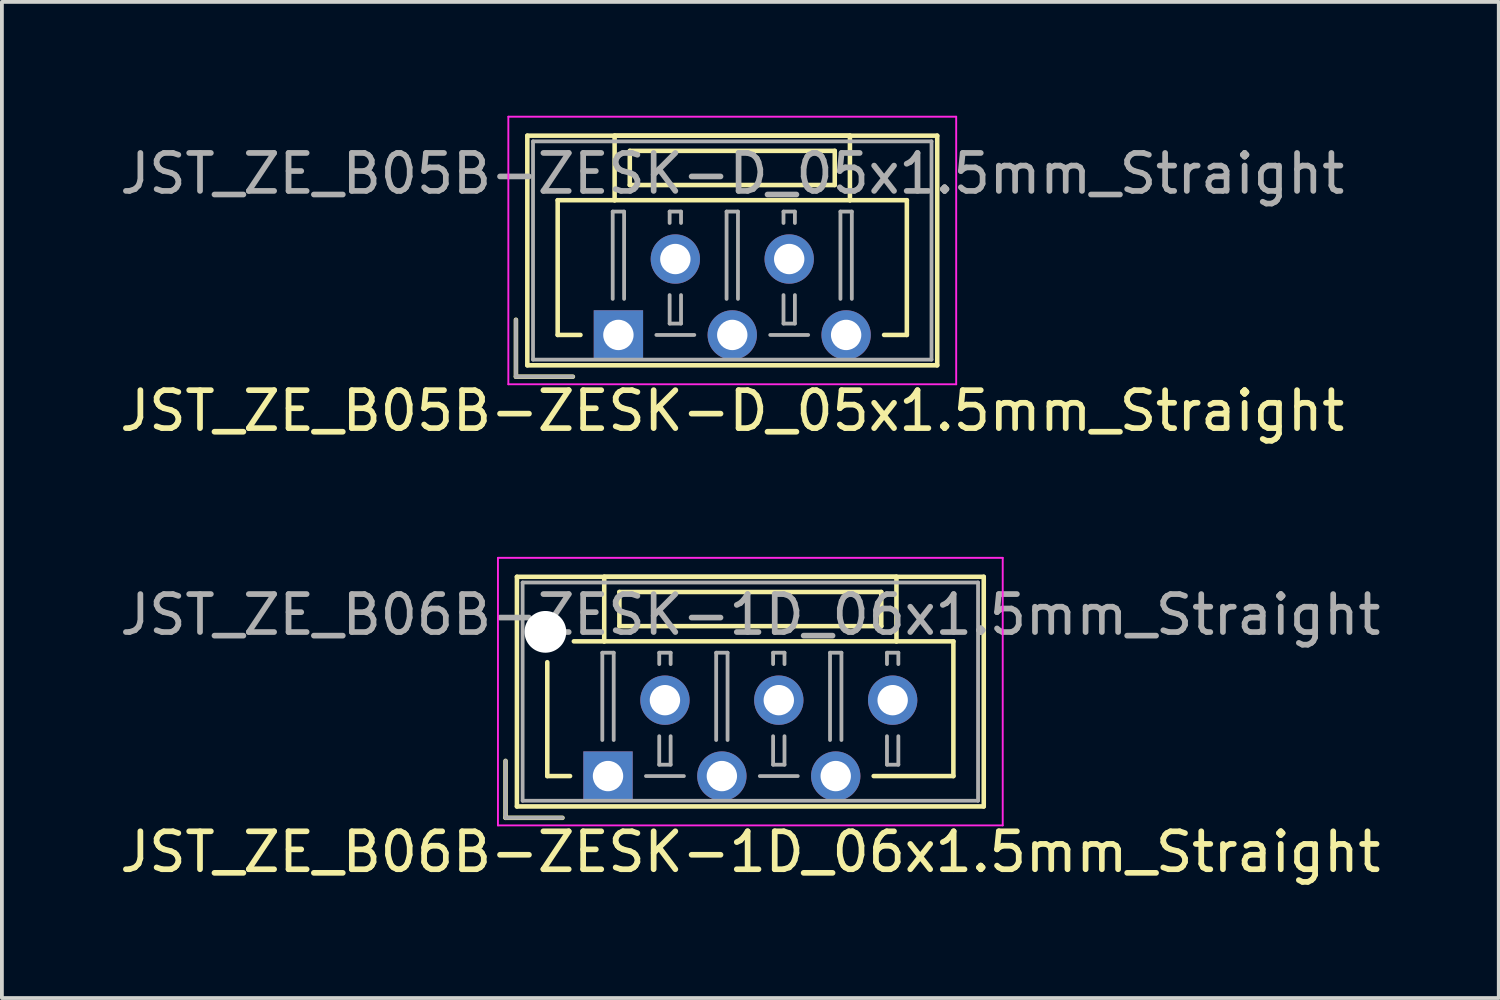
<source format=kicad_pcb>
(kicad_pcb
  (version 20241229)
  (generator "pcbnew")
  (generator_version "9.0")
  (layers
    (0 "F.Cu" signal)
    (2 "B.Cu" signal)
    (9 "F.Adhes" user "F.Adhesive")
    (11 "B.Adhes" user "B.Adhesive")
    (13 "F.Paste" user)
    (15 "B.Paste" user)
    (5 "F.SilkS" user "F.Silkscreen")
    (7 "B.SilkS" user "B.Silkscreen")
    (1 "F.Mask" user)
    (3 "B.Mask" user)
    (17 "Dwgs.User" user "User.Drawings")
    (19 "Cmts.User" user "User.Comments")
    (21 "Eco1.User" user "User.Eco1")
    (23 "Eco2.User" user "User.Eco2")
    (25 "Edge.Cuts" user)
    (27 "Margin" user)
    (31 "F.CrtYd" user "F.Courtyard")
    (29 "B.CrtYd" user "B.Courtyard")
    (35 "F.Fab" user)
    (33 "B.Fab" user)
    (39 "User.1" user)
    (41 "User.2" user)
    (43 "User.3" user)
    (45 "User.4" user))
  (footprint "JST_ZE_B06B-ZESK-1D_06x1.5mm_Straight"
    (layer "F.Cu")
    (at 12.97 17.398)
    (property "Reference" "JST_ZE_B06B-ZESK-1D_06x1.5mm_Straight" (at 3.75 2 0) (layer "F.SilkS") (effects (font (size 1 1) (thickness 0.15))))
    (attr through_hole)
    (fp_line (start -2.7 -0.4) (end -2.7 1.1) (stroke (width 0.12) (type solid)) (layer "F.SilkS"))
    (fp_line (start -2.7 1.1) (end -1.2 1.1) (stroke (width 0.12) (type solid)) (layer "F.SilkS"))
    (fp_line (start -2.4 -5.25) (end -2.4 0.8) (stroke (width 0.12) (type solid)) (layer "F.SilkS"))
    (fp_line (start -2.4 0.8) (end 9.9 0.8) (stroke (width 0.12) (type solid)) (layer "F.SilkS"))
    (fp_line (start -1.6 -3) (end -1.6 0) (stroke (width 0.12) (type solid)) (layer "F.SilkS"))
    (fp_line (start -1.6 0) (end -1 0) (stroke (width 0.12) (type solid)) (layer "F.SilkS"))
    (fp_line (start -0.1 -5.25) (end -0.1 -3.55) (stroke (width 0.12) (type solid)) (layer "F.SilkS"))
    (fp_line (start -0.1 -3.55) (end -0.9 -3.55) (stroke (width 0.12) (type solid)) (layer "F.SilkS"))
    (fp_line (start -0.1 -3.55) (end 7.6 -3.55) (stroke (width 0.12) (type solid)) (layer "F.SilkS"))
    (fp_line (start 0.3 -4.85) (end 0.3 -3.95) (stroke (width 0.12) (type solid)) (layer "F.SilkS"))
    (fp_line (start 0.3 -3.95) (end 7.2 -3.95) (stroke (width 0.12) (type solid)) (layer "F.SilkS"))
    (fp_line (start 7.2 -4.85) (end 0.3 -4.85) (stroke (width 0.12) (type solid)) (layer "F.SilkS"))
    (fp_line (start 7.2 -3.95) (end 7.2 -4.85) (stroke (width 0.12) (type solid)) (layer "F.SilkS"))
    (fp_line (start 7.6 -5.25) (end -0.1 -5.25) (stroke (width 0.12) (type solid)) (layer "F.SilkS"))
    (fp_line (start 7.6 -3.55) (end 7.6 -5.25) (stroke (width 0.12) (type solid)) (layer "F.SilkS"))
    (fp_line (start 7.6 -3.55) (end 9.1 -3.55) (stroke (width 0.12) (type solid)) (layer "F.SilkS"))
    (fp_line (start 9.1 -3.55) (end 9.1 0) (stroke (width 0.12) (type solid)) (layer "F.SilkS"))
    (fp_line (start 9.1 0) (end 7 0) (stroke (width 0.12) (type solid)) (layer "F.SilkS"))
    (fp_line (start 9.9 -5.25) (end -2.4 -5.25) (stroke (width 0.12) (type solid)) (layer "F.SilkS"))
    (fp_line (start 9.9 0.8) (end 9.9 -5.25) (stroke (width 0.12) (type solid)) (layer "F.SilkS"))
    (fp_line (start -2.9 -5.75) (end -2.9 1.3) (stroke (width 0.05) (type solid)) (layer "F.CrtYd"))
    (fp_line (start -2.9 1.3) (end 10.4 1.3) (stroke (width 0.05) (type solid)) (layer "F.CrtYd"))
    (fp_line (start 10.4 -5.75) (end -2.9 -5.75) (stroke (width 0.05) (type solid)) (layer "F.CrtYd"))
    (fp_line (start 10.4 1.3) (end 10.4 -5.75) (stroke (width 0.05) (type solid)) (layer "F.CrtYd"))
    (fp_line (start -2.7 -0.4) (end -2.7 1.1) (stroke (width 0.1) (type solid)) (layer "F.Fab"))
    (fp_line (start -2.7 1.1) (end -1.2 1.1) (stroke (width 0.1) (type solid)) (layer "F.Fab"))
    (fp_line (start -2.25 -5.1) (end -2.25 0.65) (stroke (width 0.1) (type solid)) (layer "F.Fab"))
    (fp_line (start -2.25 0.65) (end 9.75 0.65) (stroke (width 0.1) (type solid)) (layer "F.Fab"))
    (fp_line (start -0.15 -3.25) (end 0.15 -3.25) (stroke (width 0.1) (type solid)) (layer "F.Fab"))
    (fp_line (start -0.15 -0.95) (end -0.15 -3.25) (stroke (width 0.1) (type solid)) (layer "F.Fab"))
    (fp_line (start 0.15 -3.25) (end 0.15 -0.95) (stroke (width 0.1) (type solid)) (layer "F.Fab"))
    (fp_line (start 1 0) (end 2 0) (stroke (width 0.1) (type solid)) (layer "F.Fab"))
    (fp_line (start 1.35 -3.25) (end 1.65 -3.25) (stroke (width 0.1) (type solid)) (layer "F.Fab"))
    (fp_line (start 1.35 -2.95) (end 1.35 -3.25) (stroke (width 0.1) (type solid)) (layer "F.Fab"))
    (fp_line (start 1.35 -1.05) (end 1.35 -0.3) (stroke (width 0.1) (type solid)) (layer "F.Fab"))
    (fp_line (start 1.35 -0.3) (end 1.65 -0.3) (stroke (width 0.1) (type solid)) (layer "F.Fab"))
    (fp_line (start 1.65 -3.25) (end 1.65 -2.95) (stroke (width 0.1) (type solid)) (layer "F.Fab"))
    (fp_line (start 1.65 -0.3) (end 1.65 -1.05) (stroke (width 0.1) (type solid)) (layer "F.Fab"))
    (fp_line (start 2.85 -3.25) (end 3.15 -3.25) (stroke (width 0.1) (type solid)) (layer "F.Fab"))
    (fp_line (start 2.85 -0.95) (end 2.85 -3.25) (stroke (width 0.1) (type solid)) (layer "F.Fab"))
    (fp_line (start 3.15 -3.25) (end 3.15 -0.95) (stroke (width 0.1) (type solid)) (layer "F.Fab"))
    (fp_line (start 4 0) (end 5 0) (stroke (width 0.1) (type solid)) (layer "F.Fab"))
    (fp_line (start 4.35 -3.25) (end 4.65 -3.25) (stroke (width 0.1) (type solid)) (layer "F.Fab"))
    (fp_line (start 4.35 -2.95) (end 4.35 -3.25) (stroke (width 0.1) (type solid)) (layer "F.Fab"))
    (fp_line (start 4.35 -1.05) (end 4.35 -0.3) (stroke (width 0.1) (type solid)) (layer "F.Fab"))
    (fp_line (start 4.35 -0.3) (end 4.65 -0.3) (stroke (width 0.1) (type solid)) (layer "F.Fab"))
    (fp_line (start 4.65 -3.25) (end 4.65 -2.95) (stroke (width 0.1) (type solid)) (layer "F.Fab"))
    (fp_line (start 4.65 -0.3) (end 4.65 -1.05) (stroke (width 0.1) (type solid)) (layer "F.Fab"))
    (fp_line (start 5.85 -3.25) (end 6.15 -3.25) (stroke (width 0.1) (type solid)) (layer "F.Fab"))
    (fp_line (start 5.85 -0.95) (end 5.85 -3.25) (stroke (width 0.1) (type solid)) (layer "F.Fab"))
    (fp_line (start 6.15 -3.25) (end 6.15 -0.95) (stroke (width 0.1) (type solid)) (layer "F.Fab"))
    (fp_line (start 7.35 -3.25) (end 7.65 -3.25) (stroke (width 0.1) (type solid)) (layer "F.Fab"))
    (fp_line (start 7.35 -2.95) (end 7.35 -3.25) (stroke (width 0.1) (type solid)) (layer "F.Fab"))
    (fp_line (start 7.35 -1.05) (end 7.35 -0.3) (stroke (width 0.1) (type solid)) (layer "F.Fab"))
    (fp_line (start 7.35 -0.3) (end 7.65 -0.3) (stroke (width 0.1) (type solid)) (layer "F.Fab"))
    (fp_line (start 7.65 -3.25) (end 7.65 -2.95) (stroke (width 0.1) (type solid)) (layer "F.Fab"))
    (fp_line (start 7.65 -0.3) (end 7.65 -1.05) (stroke (width 0.1) (type solid)) (layer "F.Fab"))
    (fp_line (start 9.75 -5.1) (end -2.25 -5.1) (stroke (width 0.1) (type solid)) (layer "F.Fab"))
    (fp_line (start 9.75 0.65) (end 9.75 -5.1) (stroke (width 0.1) (type solid)) (layer "F.Fab"))
    (fp_text user "${REFERENCE}" (at 3.75 -4.25 0) (layer "F.Fab") (effects (font (size 1 1) (thickness 0.15))))
    (pad "" np_thru_hole circle (at -1.65 -3.8) (size 1.1 1.1) (drill 1.1) (layers "*.Cu"))
    (pad "1" thru_hole rect (at 0 0) (size 1.3 1.3) (drill 0.8) (layers "*.Cu" "*.Mask"))
    (pad "2" thru_hole circle (at 1.5 -2) (size 1.3 1.3) (drill 0.8) (layers "*.Cu" "*.Mask"))
    (pad "3" thru_hole circle (at 3 0) (size 1.3 1.3) (drill 0.8) (layers "*.Cu" "*.Mask"))
    (pad "4" thru_hole circle (at 4.5 -2) (size 1.3 1.3) (drill 0.8) (layers "*.Cu" "*.Mask"))
    (pad "5" thru_hole circle (at 6 0) (size 1.3 1.3) (drill 0.8) (layers "*.Cu" "*.Mask"))
    (pad "6" thru_hole circle (at 7.5 -2) (size 1.3 1.3) (drill 0.8) (layers "*.Cu" "*.Mask")))
  (footprint "JST_ZE_B05B-ZESK-D_05x1.5mm_Straight"
    (layer "F.Cu")
    (at 13.244 5.775)
    (property "Reference" "JST_ZE_B05B-ZESK-D_05x1.5mm_Straight" (at 3 2 0) (layer "F.SilkS") (effects (font (size 1 1) (thickness 0.15))))
    (attr through_hole)
    (fp_line (start -2.7 -0.4) (end -2.7 1.1) (stroke (width 0.12) (type solid)) (layer "F.SilkS"))
    (fp_line (start -2.7 1.1) (end -1.2 1.1) (stroke (width 0.12) (type solid)) (layer "F.SilkS"))
    (fp_line (start -2.4 -5.25) (end -2.4 0.8) (stroke (width 0.12) (type solid)) (layer "F.SilkS"))
    (fp_line (start -2.4 0.8) (end 8.4 0.8) (stroke (width 0.12) (type solid)) (layer "F.SilkS"))
    (fp_line (start -1.6 -3.55) (end -1.6 0) (stroke (width 0.12) (type solid)) (layer "F.SilkS"))
    (fp_line (start -1.6 0) (end -1 0) (stroke (width 0.12) (type solid)) (layer "F.SilkS"))
    (fp_line (start -0.1 -5.25) (end -0.1 -3.55) (stroke (width 0.12) (type solid)) (layer "F.SilkS"))
    (fp_line (start -0.1 -3.55) (end -1.6 -3.55) (stroke (width 0.12) (type solid)) (layer "F.SilkS"))
    (fp_line (start -0.1 -3.55) (end 6.1 -3.55) (stroke (width 0.12) (type solid)) (layer "F.SilkS"))
    (fp_line (start 0.3 -4.85) (end 0.3 -3.95) (stroke (width 0.12) (type solid)) (layer "F.SilkS"))
    (fp_line (start 0.3 -3.95) (end 5.7 -3.95) (stroke (width 0.12) (type solid)) (layer "F.SilkS"))
    (fp_line (start 5.7 -4.85) (end 0.3 -4.85) (stroke (width 0.12) (type solid)) (layer "F.SilkS"))
    (fp_line (start 5.7 -3.95) (end 5.7 -4.85) (stroke (width 0.12) (type solid)) (layer "F.SilkS"))
    (fp_line (start 6.1 -5.25) (end -0.1 -5.25) (stroke (width 0.12) (type solid)) (layer "F.SilkS"))
    (fp_line (start 6.1 -3.55) (end 6.1 -5.25) (stroke (width 0.12) (type solid)) (layer "F.SilkS"))
    (fp_line (start 6.1 -3.55) (end 7.6 -3.55) (stroke (width 0.12) (type solid)) (layer "F.SilkS"))
    (fp_line (start 7.6 -3.55) (end 7.6 0) (stroke (width 0.12) (type solid)) (layer "F.SilkS"))
    (fp_line (start 7.6 0) (end 7 0) (stroke (width 0.12) (type solid)) (layer "F.SilkS"))
    (fp_line (start 8.4 -5.25) (end -2.4 -5.25) (stroke (width 0.12) (type solid)) (layer "F.SilkS"))
    (fp_line (start 8.4 0.8) (end 8.4 -5.25) (stroke (width 0.12) (type solid)) (layer "F.SilkS"))
    (fp_line (start -2.9 -5.75) (end -2.9 1.3) (stroke (width 0.05) (type solid)) (layer "F.CrtYd"))
    (fp_line (start -2.9 1.3) (end 8.9 1.3) (stroke (width 0.05) (type solid)) (layer "F.CrtYd"))
    (fp_line (start 8.9 -5.75) (end -2.9 -5.75) (stroke (width 0.05) (type solid)) (layer "F.CrtYd"))
    (fp_line (start 8.9 1.3) (end 8.9 -5.75) (stroke (width 0.05) (type solid)) (layer "F.CrtYd"))
    (fp_line (start -2.7 -0.4) (end -2.7 1.1) (stroke (width 0.1) (type solid)) (layer "F.Fab"))
    (fp_line (start -2.7 1.1) (end -1.2 1.1) (stroke (width 0.1) (type solid)) (layer "F.Fab"))
    (fp_line (start -2.25 -5.1) (end -2.25 0.65) (stroke (width 0.1) (type solid)) (layer "F.Fab"))
    (fp_line (start -2.25 0.65) (end 8.25 0.65) (stroke (width 0.1) (type solid)) (layer "F.Fab"))
    (fp_line (start -0.15 -3.25) (end 0.15 -3.25) (stroke (width 0.1) (type solid)) (layer "F.Fab"))
    (fp_line (start -0.15 -0.95) (end -0.15 -3.25) (stroke (width 0.1) (type solid)) (layer "F.Fab"))
    (fp_line (start 0.15 -3.25) (end 0.15 -0.95) (stroke (width 0.1) (type solid)) (layer "F.Fab"))
    (fp_line (start 1 0) (end 2 0) (stroke (width 0.1) (type solid)) (layer "F.Fab"))
    (fp_line (start 1.35 -3.25) (end 1.65 -3.25) (stroke (width 0.1) (type solid)) (layer "F.Fab"))
    (fp_line (start 1.35 -2.95) (end 1.35 -3.25) (stroke (width 0.1) (type solid)) (layer "F.Fab"))
    (fp_line (start 1.35 -1.05) (end 1.35 -0.3) (stroke (width 0.1) (type solid)) (layer "F.Fab"))
    (fp_line (start 1.35 -0.3) (end 1.65 -0.3) (stroke (width 0.1) (type solid)) (layer "F.Fab"))
    (fp_line (start 1.65 -3.25) (end 1.65 -2.95) (stroke (width 0.1) (type solid)) (layer "F.Fab"))
    (fp_line (start 1.65 -0.3) (end 1.65 -1.05) (stroke (width 0.1) (type solid)) (layer "F.Fab"))
    (fp_line (start 2.85 -3.25) (end 3.15 -3.25) (stroke (width 0.1) (type solid)) (layer "F.Fab"))
    (fp_line (start 2.85 -0.95) (end 2.85 -3.25) (stroke (width 0.1) (type solid)) (layer "F.Fab"))
    (fp_line (start 3.15 -3.25) (end 3.15 -0.95) (stroke (width 0.1) (type solid)) (layer "F.Fab"))
    (fp_line (start 4 0) (end 5 0) (stroke (width 0.1) (type solid)) (layer "F.Fab"))
    (fp_line (start 4.35 -3.25) (end 4.65 -3.25) (stroke (width 0.1) (type solid)) (layer "F.Fab"))
    (fp_line (start 4.35 -2.95) (end 4.35 -3.25) (stroke (width 0.1) (type solid)) (layer "F.Fab"))
    (fp_line (start 4.35 -1.05) (end 4.35 -0.3) (stroke (width 0.1) (type solid)) (layer "F.Fab"))
    (fp_line (start 4.35 -0.3) (end 4.65 -0.3) (stroke (width 0.1) (type solid)) (layer "F.Fab"))
    (fp_line (start 4.65 -3.25) (end 4.65 -2.95) (stroke (width 0.1) (type solid)) (layer "F.Fab"))
    (fp_line (start 4.65 -0.3) (end 4.65 -1.05) (stroke (width 0.1) (type solid)) (layer "F.Fab"))
    (fp_line (start 5.85 -3.25) (end 6.15 -3.25) (stroke (width 0.1) (type solid)) (layer "F.Fab"))
    (fp_line (start 5.85 -0.95) (end 5.85 -3.25) (stroke (width 0.1) (type solid)) (layer "F.Fab"))
    (fp_line (start 6.15 -3.25) (end 6.15 -0.95) (stroke (width 0.1) (type solid)) (layer "F.Fab"))
    (fp_line (start 8.25 -5.1) (end -2.25 -5.1) (stroke (width 0.1) (type solid)) (layer "F.Fab"))
    (fp_line (start 8.25 0.65) (end 8.25 -5.1) (stroke (width 0.1) (type solid)) (layer "F.Fab"))
    (fp_text user "${REFERENCE}" (at 3 -4.25 0) (layer "F.Fab") (effects (font (size 1 1) (thickness 0.15))))
    (pad "1" thru_hole rect (at 0 0) (size 1.3 1.3) (drill 0.8) (layers "*.Cu" "*.Mask"))
    (pad "2" thru_hole circle (at 1.5 -2) (size 1.3 1.3) (drill 0.8) (layers "*.Cu" "*.Mask"))
    (pad "3" thru_hole circle (at 3 0) (size 1.3 1.3) (drill 0.8) (layers "*.Cu" "*.Mask"))
    (pad "4" thru_hole circle (at 4.5 -2) (size 1.3 1.3) (drill 0.8) (layers "*.Cu" "*.Mask"))
    (pad "5" thru_hole circle (at 6 0) (size 1.3 1.3) (drill 0.8) (layers "*.Cu" "*.Mask")))
  (gr_rect
    (start -3 -3)
    (end 36.44 23.247)
    (stroke (width 0.1) (type default))
    (fill no)
    (layer "Edge.Cuts")))
</source>
